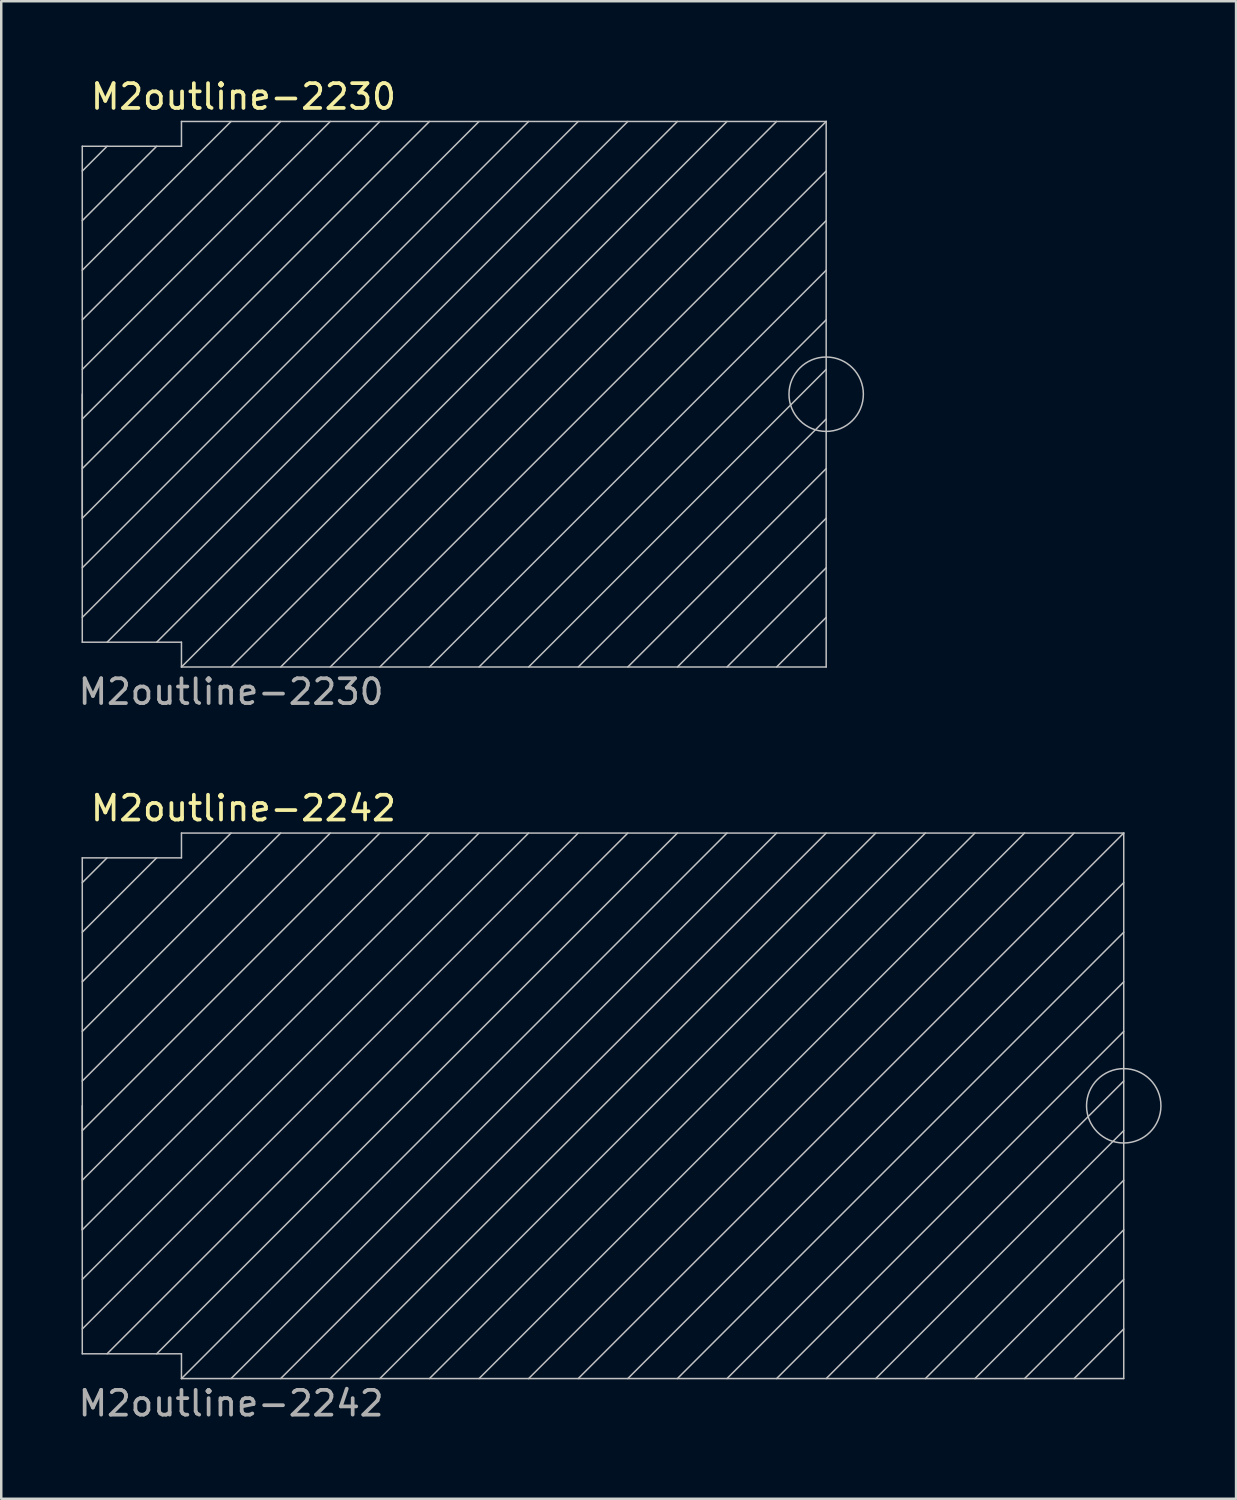
<source format=kicad_pcb>
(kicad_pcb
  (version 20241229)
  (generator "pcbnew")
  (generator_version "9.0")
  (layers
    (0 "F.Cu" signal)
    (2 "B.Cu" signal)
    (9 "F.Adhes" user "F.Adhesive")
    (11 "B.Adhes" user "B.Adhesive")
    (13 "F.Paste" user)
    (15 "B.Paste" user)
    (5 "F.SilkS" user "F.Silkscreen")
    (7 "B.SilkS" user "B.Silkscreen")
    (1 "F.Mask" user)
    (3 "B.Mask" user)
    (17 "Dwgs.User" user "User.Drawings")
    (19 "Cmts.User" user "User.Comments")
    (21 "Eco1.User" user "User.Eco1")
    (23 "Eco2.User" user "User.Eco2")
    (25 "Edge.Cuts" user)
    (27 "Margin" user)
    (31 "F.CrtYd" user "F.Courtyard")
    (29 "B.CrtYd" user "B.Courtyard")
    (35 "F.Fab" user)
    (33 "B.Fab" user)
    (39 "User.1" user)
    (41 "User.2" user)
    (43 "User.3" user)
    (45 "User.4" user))
  (footprint "M2outline-2242"
    (layer "F.Cu")
    (at 0.268 41.545)
    (property "Reference" "M2outline-2242" (at 6.5 -12 0) (unlocked yes) (layer "F.SilkS") (effects (font (size 1 1) (thickness 0.15))))
    (attr smd)
    (fp_line (start 0 -10) (end 0 10) (stroke (width 0.06) (type solid)) (layer "Dwgs.User"))
    (fp_line (start 0 -10) (end 4 -10) (stroke (width 0.06) (type solid)) (layer "Dwgs.User"))
    (fp_line (start 0 5) (end 0 0) (stroke (width 0.06) (type solid)) (layer "Dwgs.User"))
    (fp_line (start 1 -10) (end 0 -9) (stroke (width 0.06) (type solid)) (layer "Dwgs.User"))
    (fp_line (start 3 -10) (end 0 -7) (stroke (width 0.06) (type solid)) (layer "Dwgs.User"))
    (fp_line (start 4 -11) (end 42 -11) (stroke (width 0.06) (type solid)) (layer "Dwgs.User"))
    (fp_line (start 4 -10) (end 4 -11) (stroke (width 0.06) (type solid)) (layer "Dwgs.User"))
    (fp_line (start 4 10) (end 0 10) (stroke (width 0.06) (type solid)) (layer "Dwgs.User"))
    (fp_line (start 4 11) (end 4 10) (stroke (width 0.06) (type solid)) (layer "Dwgs.User"))
    (fp_line (start 6 -11) (end 0 -5) (stroke (width 0.06) (type solid)) (layer "Dwgs.User"))
    (fp_line (start 8 -11) (end 0 -3) (stroke (width 0.06) (type solid)) (layer "Dwgs.User"))
    (fp_line (start 10 -11) (end 0 -1) (stroke (width 0.06) (type solid)) (layer "Dwgs.User"))
    (fp_line (start 12 -11) (end 0 1) (stroke (width 0.06) (type solid)) (layer "Dwgs.User"))
    (fp_line (start 14 -11) (end 0 3) (stroke (width 0.06) (type solid)) (layer "Dwgs.User"))
    (fp_line (start 16 -11) (end 0 5) (stroke (width 0.06) (type solid)) (layer "Dwgs.User"))
    (fp_line (start 18 -11) (end 0 7) (stroke (width 0.06) (type solid)) (layer "Dwgs.User"))
    (fp_line (start 20 -11) (end 0 9) (stroke (width 0.06) (type solid)) (layer "Dwgs.User"))
    (fp_line (start 22 -11) (end 1 10) (stroke (width 0.06) (type solid)) (layer "Dwgs.User"))
    (fp_line (start 24 -11) (end 3 10) (stroke (width 0.06) (type solid)) (layer "Dwgs.User"))
    (fp_line (start 26 -11) (end 4 11) (stroke (width 0.06) (type solid)) (layer "Dwgs.User"))
    (fp_line (start 28 -11) (end 6 11) (stroke (width 0.06) (type solid)) (layer "Dwgs.User"))
    (fp_line (start 30 -11) (end 8 11) (stroke (width 0.06) (type solid)) (layer "Dwgs.User"))
    (fp_line (start 32 -11) (end 10 11) (stroke (width 0.06) (type solid)) (layer "Dwgs.User"))
    (fp_line (start 34 -11) (end 12 11) (stroke (width 0.06) (type solid)) (layer "Dwgs.User"))
    (fp_line (start 36 -11) (end 14 11) (stroke (width 0.06) (type solid)) (layer "Dwgs.User"))
    (fp_line (start 38 -11) (end 16 11) (stroke (width 0.06) (type solid)) (layer "Dwgs.User"))
    (fp_line (start 40 -11) (end 18 11) (stroke (width 0.06) (type solid)) (layer "Dwgs.User"))
    (fp_line (start 42 -11) (end 20 11) (stroke (width 0.06) (type solid)) (layer "Dwgs.User"))
    (fp_line (start 42 -11) (end 42 11) (stroke (width 0.06) (type solid)) (layer "Dwgs.User"))
    (fp_line (start 42 -9) (end 22 11) (stroke (width 0.06) (type solid)) (layer "Dwgs.User"))
    (fp_line (start 42 -7) (end 24 11) (stroke (width 0.06) (type solid)) (layer "Dwgs.User"))
    (fp_line (start 42 -5) (end 26 11) (stroke (width 0.06) (type solid)) (layer "Dwgs.User"))
    (fp_line (start 42 -3) (end 28 11) (stroke (width 0.06) (type solid)) (layer "Dwgs.User"))
    (fp_line (start 42 -1) (end 30 11) (stroke (width 0.06) (type solid)) (layer "Dwgs.User"))
    (fp_line (start 42 1) (end 32 11) (stroke (width 0.06) (type solid)) (layer "Dwgs.User"))
    (fp_line (start 42 3) (end 34 11) (stroke (width 0.06) (type solid)) (layer "Dwgs.User"))
    (fp_line (start 42 5) (end 36 11) (stroke (width 0.06) (type solid)) (layer "Dwgs.User"))
    (fp_line (start 42 7) (end 38 11) (stroke (width 0.06) (type solid)) (layer "Dwgs.User"))
    (fp_line (start 42 9) (end 40 11) (stroke (width 0.06) (type solid)) (layer "Dwgs.User"))
    (fp_line (start 42 11) (end 4 11) (stroke (width 0.06) (type solid)) (layer "Dwgs.User"))
    (fp_circle (center 42 0) (end 42 -1.5) (stroke (width 0.06) (type solid)) (fill no) (layer "Dwgs.User"))
    (fp_text user "${REFERENCE}" (at 6 12 0) (unlocked yes) (layer "F.Fab") (effects (font (size 1 1) (thickness 0.15)))))
  (footprint "M2outline-2230"
    (layer "F.Cu")
    (at 0.268 12.848)
    (property "Reference" "M2outline-2230" (at 6.5 -12 0) (unlocked yes) (layer "F.SilkS") (effects (font (size 1 1) (thickness 0.15))))
    (attr smd)
    (fp_line (start 0 -10) (end 0 10) (stroke (width 0.06) (type solid)) (layer "Dwgs.User"))
    (fp_line (start 0 -10) (end 4 -10) (stroke (width 0.06) (type solid)) (layer "Dwgs.User"))
    (fp_line (start 0 5) (end 0 0) (stroke (width 0.06) (type solid)) (layer "Dwgs.User"))
    (fp_line (start 1 -10) (end 0 -9) (stroke (width 0.06) (type solid)) (layer "Dwgs.User"))
    (fp_line (start 3 -10) (end 0 -7) (stroke (width 0.06) (type solid)) (layer "Dwgs.User"))
    (fp_line (start 4 -11) (end 30 -11) (stroke (width 0.06) (type solid)) (layer "Dwgs.User"))
    (fp_line (start 4 -10) (end 4 -11) (stroke (width 0.06) (type solid)) (layer "Dwgs.User"))
    (fp_line (start 4 10) (end 0 10) (stroke (width 0.06) (type solid)) (layer "Dwgs.User"))
    (fp_line (start 4 11) (end 4 10) (stroke (width 0.06) (type solid)) (layer "Dwgs.User"))
    (fp_line (start 6 -11) (end 0 -5) (stroke (width 0.06) (type solid)) (layer "Dwgs.User"))
    (fp_line (start 8 -11) (end 0 -3) (stroke (width 0.06) (type solid)) (layer "Dwgs.User"))
    (fp_line (start 10 -11) (end 0 -1) (stroke (width 0.06) (type solid)) (layer "Dwgs.User"))
    (fp_line (start 12 -11) (end 0 1) (stroke (width 0.06) (type solid)) (layer "Dwgs.User"))
    (fp_line (start 14 -11) (end 0 3) (stroke (width 0.06) (type solid)) (layer "Dwgs.User"))
    (fp_line (start 16 -11) (end 0 5) (stroke (width 0.06) (type solid)) (layer "Dwgs.User"))
    (fp_line (start 18 -11) (end 0 7) (stroke (width 0.06) (type solid)) (layer "Dwgs.User"))
    (fp_line (start 20 -11) (end 0 9) (stroke (width 0.06) (type solid)) (layer "Dwgs.User"))
    (fp_line (start 22 -11) (end 1 10) (stroke (width 0.06) (type solid)) (layer "Dwgs.User"))
    (fp_line (start 24 -11) (end 3 10) (stroke (width 0.06) (type solid)) (layer "Dwgs.User"))
    (fp_line (start 26 -11) (end 4 11) (stroke (width 0.06) (type solid)) (layer "Dwgs.User"))
    (fp_line (start 28 -11) (end 6 11) (stroke (width 0.06) (type solid)) (layer "Dwgs.User"))
    (fp_line (start 30 -11) (end 8 11) (stroke (width 0.06) (type solid)) (layer "Dwgs.User"))
    (fp_line (start 30 -11) (end 30 11) (stroke (width 0.06) (type solid)) (layer "Dwgs.User"))
    (fp_line (start 30 -9) (end 10 11) (stroke (width 0.06) (type solid)) (layer "Dwgs.User"))
    (fp_line (start 30 -7) (end 12 11) (stroke (width 0.06) (type solid)) (layer "Dwgs.User"))
    (fp_line (start 30 -5) (end 14 11) (stroke (width 0.06) (type solid)) (layer "Dwgs.User"))
    (fp_line (start 30 -3) (end 16 11) (stroke (width 0.06) (type solid)) (layer "Dwgs.User"))
    (fp_line (start 30 -1) (end 18 11) (stroke (width 0.06) (type solid)) (layer "Dwgs.User"))
    (fp_line (start 30 1) (end 20 11) (stroke (width 0.06) (type solid)) (layer "Dwgs.User"))
    (fp_line (start 30 3) (end 22 11) (stroke (width 0.06) (type solid)) (layer "Dwgs.User"))
    (fp_line (start 30 5) (end 24 11) (stroke (width 0.06) (type solid)) (layer "Dwgs.User"))
    (fp_line (start 30 7) (end 26 11) (stroke (width 0.06) (type solid)) (layer "Dwgs.User"))
    (fp_line (start 30 9) (end 28 11) (stroke (width 0.06) (type solid)) (layer "Dwgs.User"))
    (fp_line (start 30 11) (end 4 11) (stroke (width 0.06) (type solid)) (layer "Dwgs.User"))
    (fp_circle (center 30 0) (end 30 -1.5) (stroke (width 0.06) (type solid)) (fill no) (layer "Dwgs.User"))
    (fp_text user "${REFERENCE}" (at 6 12 0) (unlocked yes) (layer "F.Fab") (effects (font (size 1 1) (thickness 0.15)))))
  (gr_rect
    (start -3 -3)
    (end 46.798 57.393)
    (stroke (width 0.1) (type default))
    (fill no)
    (layer "Edge.Cuts")))
</source>
